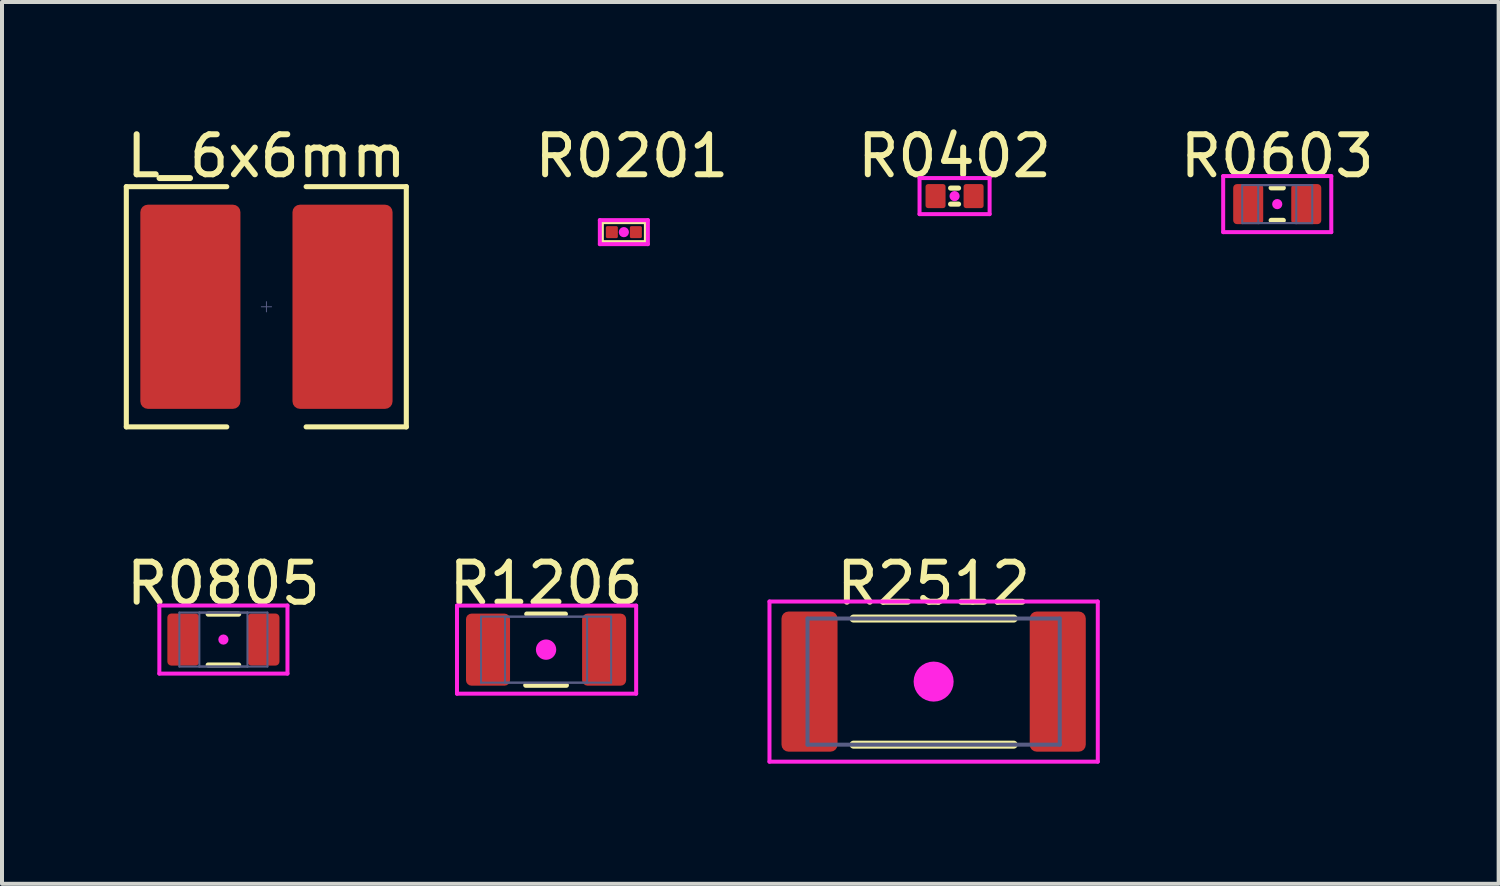
<source format=kicad_pcb>
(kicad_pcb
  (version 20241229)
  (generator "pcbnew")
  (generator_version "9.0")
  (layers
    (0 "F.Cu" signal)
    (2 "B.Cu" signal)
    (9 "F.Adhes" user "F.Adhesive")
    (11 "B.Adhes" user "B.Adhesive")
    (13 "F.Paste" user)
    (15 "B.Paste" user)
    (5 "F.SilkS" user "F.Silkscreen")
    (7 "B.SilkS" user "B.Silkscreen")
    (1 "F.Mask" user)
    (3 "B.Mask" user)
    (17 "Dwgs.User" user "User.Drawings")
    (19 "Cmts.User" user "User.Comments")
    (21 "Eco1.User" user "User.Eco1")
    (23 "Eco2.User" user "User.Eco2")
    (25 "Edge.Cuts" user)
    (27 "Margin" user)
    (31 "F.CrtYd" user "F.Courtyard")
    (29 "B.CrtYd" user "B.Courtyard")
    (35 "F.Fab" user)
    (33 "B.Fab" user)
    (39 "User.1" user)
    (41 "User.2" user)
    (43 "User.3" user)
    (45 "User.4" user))
  (footprint "R0805"
    (layer "F.Cu")
    (at 2.53 12.924)
    (property "Reference" "R0805" (at 0 -1.4 0) (layer "F.SilkS") (effects (font (size 1 1) (thickness 0.15))))
    (fp_line (start -0.381 -0.635) (end 0.381 -0.635) (stroke (width 0.127) (type solid)) (layer "F.SilkS"))
    (fp_line (start -0.381 0.635) (end 0.381 0.635) (stroke (width 0.127) (type solid)) (layer "F.SilkS"))
    (fp_line (start -1.6 -0.85) (end 1.6 -0.85) (stroke (width 0.1) (type solid)) (layer "F.CrtYd"))
    (fp_line (start -1.6 0.85) (end -1.6 -0.85) (stroke (width 0.1) (type solid)) (layer "F.CrtYd"))
    (fp_line (start -1.6 0.85) (end 1.6 0.85) (stroke (width 0.1) (type solid)) (layer "F.CrtYd"))
    (fp_line (start 1.6 0.85) (end 1.6 -0.85) (stroke (width 0.1) (type solid)) (layer "F.CrtYd"))
    (fp_circle (center 0 0) (end 0 -0.064) (stroke (width 0.127) (type solid)) (fill no) (layer "F.CrtYd"))
    (fp_line (start -1.1 -0.675) (end -0.6 -0.675) (stroke (width 0.05) (type solid)) (layer "B.Fab"))
    (fp_line (start -1.1 0.675) (end -1.1 -0.675) (stroke (width 0.05) (type solid)) (layer "B.Fab"))
    (fp_line (start -1.1 0.675) (end -0.6 0.675) (stroke (width 0.05) (type solid)) (layer "B.Fab"))
    (fp_line (start -0.6 -0.674) (end 0.6 -0.674) (stroke (width 0.05) (type solid)) (layer "B.Fab"))
    (fp_line (start -0.6 -0.674) (end 0.6 -0.674) (stroke (width 0.05) (type solid)) (layer "B.Fab"))
    (fp_line (start -0.6 0.674) (end 0.6 0.674) (stroke (width 0.05) (type solid)) (layer "B.Fab"))
    (fp_line (start -0.6 0.674) (end 0.6 0.674) (stroke (width 0.05) (type solid)) (layer "B.Fab"))
    (fp_line (start -0.6 0.675) (end -0.6 -0.675) (stroke (width 0.05) (type solid)) (layer "B.Fab"))
    (fp_line (start 0.6 -0.675) (end 1.1 -0.675) (stroke (width 0.05) (type solid)) (layer "B.Fab"))
    (fp_line (start 0.6 0.675) (end 0.6 -0.675) (stroke (width 0.05) (type solid)) (layer "B.Fab"))
    (fp_line (start 0.6 0.675) (end 1.1 0.675) (stroke (width 0.05) (type solid)) (layer "B.Fab"))
    (fp_line (start 1.1 0.675) (end 1.1 -0.675) (stroke (width 0.05) (type solid)) (layer "B.Fab"))
    (pad "1" smd roundrect (at -1 0 90) (size 1.3 0.8) (layers "F.Cu" "F.Mask" "F.Paste") (roundrect_rratio 0.125))
    (pad "2" smd roundrect (at 1 0 90) (size 1.3 0.8) (layers "F.Cu" "F.Mask" "F.Paste") (roundrect_rratio 0.125)))
  (footprint "R0402"
    (layer "F.Cu")
    (at 20.792 1.848)
    (property "Reference" "R0402" (at 0 -1 0) (layer "F.SilkS") (effects (font (size 1 1) (thickness 0.15))))
    (fp_line (start -0.1 -0.2) (end 0.1 -0.2) (stroke (width 0.127) (type solid)) (layer "F.SilkS"))
    (fp_line (start -0.1 0.2) (end 0.1 0.2) (stroke (width 0.127) (type solid)) (layer "F.SilkS"))
    (fp_line (start -0.875 -0.45) (end 0.875 -0.45) (stroke (width 0.1) (type solid)) (layer "F.CrtYd"))
    (fp_line (start -0.875 0.45) (end -0.875 -0.45) (stroke (width 0.1) (type solid)) (layer "F.CrtYd"))
    (fp_line (start -0.875 0.45) (end 0.875 0.45) (stroke (width 0.1) (type solid)) (layer "F.CrtYd"))
    (fp_line (start 0.875 0.45) (end 0.875 -0.45) (stroke (width 0.1) (type solid)) (layer "F.CrtYd"))
    (fp_circle (center 0 0) (end 0 -0.064) (stroke (width 0.127) (type solid)) (fill no) (layer "F.CrtYd"))
    (pad "1" smd roundrect (at -0.475 0 270) (size 0.6 0.5) (layers "F.Cu" "F.Mask" "F.Paste") (roundrect_rratio 0.125))
    (pad "2" smd roundrect (at 0.475 0 90) (size 0.6 0.5) (layers "F.Cu" "F.Mask" "F.Paste") (roundrect_rratio 0.125)))
  (footprint "R2512"
    (layer "F.Cu")
    (at 20.269 13.974)
    (property "Reference" "R2512" (at 0 -2.45 0) (layer "F.SilkS") (effects (font (size 1 1) (thickness 0.15))))
    (fp_line (start -2 -1.575) (end 2 -1.575) (stroke (width 0.2) (type solid)) (layer "F.SilkS"))
    (fp_line (start -2 1.575) (end 2 1.575) (stroke (width 0.2) (type solid)) (layer "F.SilkS"))
    (fp_line (start -4.1 -2) (end 4.1 -2) (stroke (width 0.1) (type solid)) (layer "F.CrtYd"))
    (fp_line (start -4.1 2) (end -4.1 -2) (stroke (width 0.1) (type solid)) (layer "F.CrtYd"))
    (fp_line (start -4.1 2) (end 4.1 2) (stroke (width 0.1) (type solid)) (layer "F.CrtYd"))
    (fp_line (start 4.1 2) (end 4.1 -2) (stroke (width 0.1) (type solid)) (layer "F.CrtYd"))
    (fp_circle (center 0 0) (end 0 -0.25) (stroke (width 0.5) (type solid)) (fill no) (layer "F.CrtYd"))
    (fp_line (start -3.15 -1.575) (end 3.15 -1.575) (stroke (width 0.1) (type solid)) (layer "B.Fab"))
    (fp_line (start -3.15 1.575) (end -3.15 -1.575) (stroke (width 0.1) (type solid)) (layer "B.Fab"))
    (fp_line (start -3.15 1.575) (end 3.15 1.575) (stroke (width 0.1) (type solid)) (layer "B.Fab"))
    (fp_line (start 3.15 1.575) (end 3.15 -1.575) (stroke (width 0.1) (type solid)) (layer "B.Fab"))
    (pad "1" smd roundrect (at -3.1 0 90) (size 3.5 1.4) (layers "F.Cu" "F.Mask" "F.Paste") (roundrect_rratio 0.125))
    (pad "2" smd roundrect (at 3.1 0 90) (size 3.5 1.4) (layers "F.Cu" "F.Mask" "F.Paste") (roundrect_rratio 0.125)))
  (footprint "R1206"
    (layer "F.Cu")
    (at 10.589 13.176)
    (property "Reference" "R1206" (at 0 -1.653 0) (layer "F.SilkS") (effects (font (size 1 1) (thickness 0.15))))
    (fp_line (start -0.508 0.889) (end 0.508 0.889) (stroke (width 0.127) (type solid)) (layer "F.SilkS"))
    (fp_line (start -0.483 -0.889) (end 0.483 -0.889) (stroke (width 0.127) (type solid)) (layer "F.SilkS"))
    (fp_line (start -2.225 -1.1) (end 2.25 -1.1) (stroke (width 0.1) (type solid)) (layer "F.CrtYd"))
    (fp_line (start -2.225 1.1) (end -2.225 -1.1) (stroke (width 0.1) (type solid)) (layer "F.CrtYd"))
    (fp_line (start -2.225 1.1) (end 2.25 1.1) (stroke (width 0.1) (type solid)) (layer "F.CrtYd"))
    (fp_line (start 2.25 1.1) (end 2.25 -1.1) (stroke (width 0.1) (type solid)) (layer "F.CrtYd"))
    (fp_circle (center 0 0) (end 0 -0.127) (stroke (width 0.254) (type solid)) (fill no) (layer "F.CrtYd"))
    (fp_line (start -1.625 -0.825) (end -1.025 -0.825) (stroke (width 0.05) (type solid)) (layer "B.Fab"))
    (fp_line (start -1.625 0.825) (end -1.625 -0.825) (stroke (width 0.05) (type solid)) (layer "B.Fab"))
    (fp_line (start -1.625 0.825) (end -1.025 0.825) (stroke (width 0.05) (type solid)) (layer "B.Fab"))
    (fp_line (start -1.025 -0.824) (end 1.025 -0.824) (stroke (width 0.05) (type solid)) (layer "B.Fab"))
    (fp_line (start -1.025 -0.824) (end 1.025 -0.824) (stroke (width 0.05) (type solid)) (layer "B.Fab"))
    (fp_line (start -1.025 0.824) (end 1.025 0.824) (stroke (width 0.05) (type solid)) (layer "B.Fab"))
    (fp_line (start -1.025 0.824) (end 1.025 0.824) (stroke (width 0.05) (type solid)) (layer "B.Fab"))
    (fp_line (start -1.025 0.825) (end -1.025 -0.825) (stroke (width 0.05) (type solid)) (layer "B.Fab"))
    (fp_line (start 1.025 -0.825) (end 1.625 -0.825) (stroke (width 0.05) (type solid)) (layer "B.Fab"))
    (fp_line (start 1.025 0.825) (end 1.025 -0.825) (stroke (width 0.05) (type solid)) (layer "B.Fab"))
    (fp_line (start 1.025 0.825) (end 1.625 0.825) (stroke (width 0.05) (type solid)) (layer "B.Fab"))
    (fp_line (start 1.625 0.825) (end 1.625 -0.825) (stroke (width 0.05) (type solid)) (layer "B.Fab"))
    (pad "1" smd roundrect (at -1.45 0 90) (size 1.8 1.1) (layers "F.Cu" "F.Mask" "F.Paste") (roundrect_rratio 0.125))
    (pad "2" smd roundrect (at 1.45 0 90) (size 1.8 1.1) (layers "F.Cu" "F.Mask" "F.Paste") (roundrect_rratio 0.125)))
  (footprint "R0603"
    (layer "F.Cu")
    (at 28.851 2.048)
    (property "Reference" "R0603" (at 0 -1.2 0) (layer "F.SilkS") (effects (font (size 1 1) (thickness 0.15))))
    (fp_line (start -0.152 -0.406) (end 0.152 -0.406) (stroke (width 0.127) (type solid)) (layer "F.SilkS"))
    (fp_line (start -0.152 0.406) (end 0.152 0.406) (stroke (width 0.127) (type solid)) (layer "F.SilkS"))
    (fp_line (start -1.35 -0.7) (end 1.35 -0.7) (stroke (width 0.1) (type solid)) (layer "F.CrtYd"))
    (fp_line (start -1.35 0.7) (end -1.35 -0.7) (stroke (width 0.1) (type solid)) (layer "F.CrtYd"))
    (fp_line (start -1.35 0.7) (end 1.35 0.7) (stroke (width 0.1) (type solid)) (layer "F.CrtYd"))
    (fp_line (start 1.35 0.7) (end 1.35 -0.7) (stroke (width 0.1) (type solid)) (layer "F.CrtYd"))
    (fp_circle (center 0 0) (end 0 -0.064) (stroke (width 0.127) (type solid)) (fill no) (layer "F.CrtYd"))
    (fp_line (start -0.875 -0.475) (end -0.475 -0.475) (stroke (width 0.05) (type solid)) (layer "B.Fab"))
    (fp_line (start -0.875 0.475) (end -0.875 -0.475) (stroke (width 0.05) (type solid)) (layer "B.Fab"))
    (fp_line (start -0.875 0.475) (end -0.475 0.475) (stroke (width 0.05) (type solid)) (layer "B.Fab"))
    (fp_line (start -0.475 -0.474) (end 0.475 -0.474) (stroke (width 0.05) (type solid)) (layer "B.Fab"))
    (fp_line (start -0.475 -0.474) (end 0.475 -0.474) (stroke (width 0.05) (type solid)) (layer "B.Fab"))
    (fp_line (start -0.475 0.474) (end 0.475 0.474) (stroke (width 0.05) (type solid)) (layer "B.Fab"))
    (fp_line (start -0.475 0.474) (end 0.475 0.474) (stroke (width 0.05) (type solid)) (layer "B.Fab"))
    (fp_line (start -0.475 0.475) (end -0.475 -0.475) (stroke (width 0.05) (type solid)) (layer "B.Fab"))
    (fp_line (start 0.475 -0.475) (end 0.875 -0.475) (stroke (width 0.05) (type solid)) (layer "B.Fab"))
    (fp_line (start 0.475 0.475) (end 0.475 -0.475) (stroke (width 0.05) (type solid)) (layer "B.Fab"))
    (fp_line (start 0.475 0.475) (end 0.875 0.475) (stroke (width 0.05) (type solid)) (layer "B.Fab"))
    (fp_line (start 0.875 0.475) (end 0.875 -0.475) (stroke (width 0.05) (type solid)) (layer "B.Fab"))
    (pad "1" smd roundrect (at -0.725 0 90) (size 1 0.75) (layers "F.Cu" "F.Mask" "F.Paste") (roundrect_rratio 0.125))
    (pad "2" smd roundrect (at 0.725 0 90) (size 1 0.75) (layers "F.Cu" "F.Mask" "F.Paste") (roundrect_rratio 0.125)))
  (footprint "R0201"
    (layer "F.Cu")
    (at 12.532 2.748)
    (property "Reference" "R0201" (at 0.2 -1.9 0) (layer "F.SilkS") (effects (font (size 1 1) (thickness 0.15))))
    (fp_line (start -0.55 -0.25) (end 0.55 -0.25) (stroke (width 0.1) (type solid)) (layer "F.SilkS"))
    (fp_line (start -0.55 0.25) (end -0.55 -0.25) (stroke (width 0.1) (type solid)) (layer "F.SilkS"))
    (fp_line (start -0.55 0.25) (end 0.55 0.25) (stroke (width 0.1) (type solid)) (layer "F.SilkS"))
    (fp_line (start 0.55 0.25) (end 0.55 -0.25) (stroke (width 0.1) (type solid)) (layer "F.SilkS"))
    (fp_line (start -0.6 -0.3) (end 0.6 -0.3) (stroke (width 0.1) (type solid)) (layer "F.CrtYd"))
    (fp_line (start -0.6 0.3) (end -0.6 -0.3) (stroke (width 0.1) (type solid)) (layer "F.CrtYd"))
    (fp_line (start -0.6 0.3) (end 0.6 0.3) (stroke (width 0.1) (type solid)) (layer "F.CrtYd"))
    (fp_line (start 0.6 0.3) (end 0.6 -0.3) (stroke (width 0.1) (type solid)) (layer "F.CrtYd"))
    (fp_circle (center 0 0) (end 0 -0.064) (stroke (width 0.127) (type solid)) (fill no) (layer "F.CrtYd"))
    (pad "1" smd roundrect (at -0.3 0 270) (size 0.3 0.3) (layers "F.Cu" "F.Mask" "F.Paste") (roundrect_rratio 0.125))
    (pad "2" smd roundrect (at 0.3 0 90) (size 0.3 0.3) (layers "F.Cu" "F.Mask" "F.Paste") (roundrect_rratio 0.125)))
  (footprint "L_6x6mm"
    (layer "F.Cu")
    (at 3.605 4.612)
    (property "Reference" "L_6x6mm" (at -0.004 -3.764 0) (layer "F.SilkS") (effects (font (size 1 1) (thickness 0.15))))
    (fp_line (start -3.5 -3) (end -0.991 -3) (stroke (width 0.127) (type solid)) (layer "F.SilkS"))
    (fp_line (start -3.5 3) (end -3.5 -3) (stroke (width 0.127) (type solid)) (layer "F.SilkS"))
    (fp_line (start -3.5 3) (end -0.991 3) (stroke (width 0.127) (type solid)) (layer "F.SilkS"))
    (fp_line (start 0.991 3) (end 3.493 3) (stroke (width 0.127) (type solid)) (layer "F.SilkS"))
    (fp_line (start 0.991 -3) (end 3.493 -3) (stroke (width 0.127) (type solid)) (layer "F.SilkS"))
    (fp_line (start 3.493 3) (end 3.493 -3) (stroke (width 0.127) (type solid)) (layer "F.SilkS"))
    (fp_line (start -0.127 0) (end 0.127 0) (stroke (width 0.025) (type solid)) (layer "B.Fab"))
    (fp_line (start 0 0.127) (end 0 -0.127) (stroke (width 0.025) (type solid)) (layer "B.Fab"))
    (pad "1" smd roundrect (at -1.9 0 90) (size 5.1 2.5) (layers "F.Cu" "F.Mask" "F.Paste") (roundrect_rratio 0.075))
    (pad "2" smd roundrect (at 1.9 0 90) (size 5.1 2.5) (layers "F.Cu" "F.Mask" "F.Paste") (roundrect_rratio 0.075)))
  (gr_rect
    (start -3 -3)
    (end 34.381 19.024)
    (stroke (width 0.1) (type default))
    (fill no)
    (layer "Edge.Cuts")))
</source>
